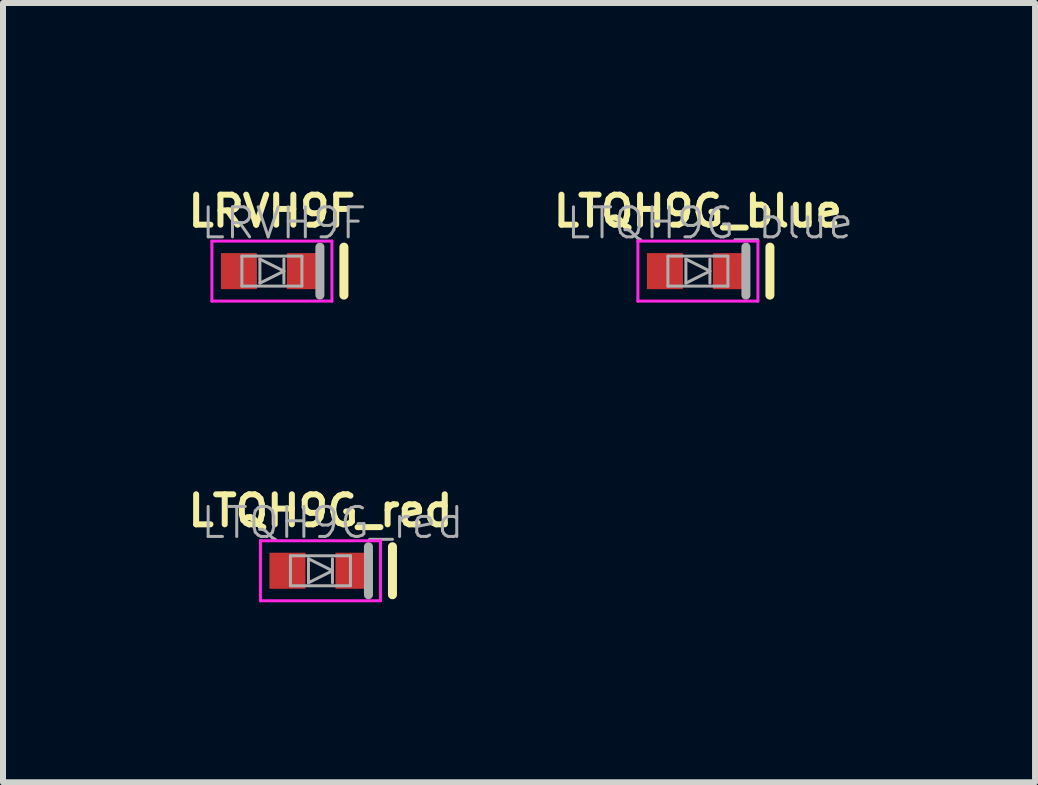
<source format=kicad_pcb>
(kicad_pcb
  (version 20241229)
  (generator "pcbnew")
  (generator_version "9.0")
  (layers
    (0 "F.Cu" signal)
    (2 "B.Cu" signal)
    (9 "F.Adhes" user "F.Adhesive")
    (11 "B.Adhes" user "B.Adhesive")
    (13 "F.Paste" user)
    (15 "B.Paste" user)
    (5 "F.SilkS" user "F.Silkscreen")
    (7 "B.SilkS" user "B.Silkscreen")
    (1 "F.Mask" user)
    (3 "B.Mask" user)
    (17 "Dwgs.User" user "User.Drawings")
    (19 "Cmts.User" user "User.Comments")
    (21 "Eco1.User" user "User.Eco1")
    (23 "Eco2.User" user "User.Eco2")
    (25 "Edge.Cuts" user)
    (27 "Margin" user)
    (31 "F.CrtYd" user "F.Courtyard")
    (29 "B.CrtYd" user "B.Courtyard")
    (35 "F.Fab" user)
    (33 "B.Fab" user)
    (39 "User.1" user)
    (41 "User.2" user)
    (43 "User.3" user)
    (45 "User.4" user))
  (footprint "LTQH9G_blue"
    (layer "F.Cu")
    (at 8.58 1.468)
    (property "Reference" "LTQH9G_blue" (at 0 -1 0) (layer "F.SilkS") (effects (font (size 0.5 0.5) (thickness 0.1))))
    (attr smd)
    (fp_line (start 1.2 0.4) (end 1.2 -0.4) (stroke (width 0.15) (type solid)) (layer "F.SilkS"))
    (fp_line (start -1 -0.5) (end 1 -0.5) (stroke (width 0.05) (type solid)) (layer "F.CrtYd"))
    (fp_line (start -1 0.5) (end -1 -0.5) (stroke (width 0.05) (type solid)) (layer "F.CrtYd"))
    (fp_line (start 1 -0.5) (end 1 0.5) (stroke (width 0.05) (type solid)) (layer "F.CrtYd"))
    (fp_line (start 1 0.5) (end -1 0.5) (stroke (width 0.05) (type solid)) (layer "F.CrtYd"))
    (fp_line (start -0.5 -0.25) (end -0.5 0.25) (stroke (width 0.05) (type solid)) (layer "F.Fab"))
    (fp_line (start -0.5 0.25) (end 0.5 0.25) (stroke (width 0.05) (type solid)) (layer "F.Fab"))
    (fp_line (start -0.2 -0.2) (end 0.2 0) (stroke (width 0.05) (type solid)) (layer "F.Fab"))
    (fp_line (start -0.2 0.2) (end -0.2 -0.2) (stroke (width 0.05) (type solid)) (layer "F.Fab"))
    (fp_line (start 0.2 -0.2) (end 0.2 0.2) (stroke (width 0.05) (type solid)) (layer "F.Fab"))
    (fp_line (start 0.2 0) (end -0.2 0.2) (stroke (width 0.05) (type solid)) (layer "F.Fab"))
    (fp_line (start 0.5 -0.25) (end -0.5 -0.25) (stroke (width 0.05) (type solid)) (layer "F.Fab"))
    (fp_line (start 0.5 0.25) (end 0.5 -0.25) (stroke (width 0.05) (type solid)) (layer "F.Fab"))
    (fp_line (start 0.8 -0.4) (end 0.8 0.4) (stroke (width 0.15) (type solid)) (layer "F.Fab"))
    (fp_text user "${REFERENCE}" (at 0.2 -0.8 0) (layer "F.Fab") (effects (font (size 0.5 0.5) (thickness 0.05))))
    (pad "A" smd rect (at -0.55 0 180) (size 0.6 0.6) (layers "F.Cu" "F.Mask" "F.Paste"))
    (pad "C" smd rect (at 0.55 0 180) (size 0.6 0.6) (layers "F.Cu" "F.Mask" "F.Paste")))
  (footprint "LRVH9F"
    (layer "F.Cu")
    (at 1.481 1.468)
    (property "Reference" "LRVH9F" (at 0 -1 0) (layer "F.SilkS") (effects (font (size 0.5 0.5) (thickness 0.1))))
    (attr smd)
    (fp_line (start 1.2 0.4) (end 1.2 -0.4) (stroke (width 0.15) (type solid)) (layer "F.SilkS"))
    (fp_line (start -1 -0.5) (end 1 -0.5) (stroke (width 0.05) (type solid)) (layer "F.CrtYd"))
    (fp_line (start -1 0.5) (end -1 -0.5) (stroke (width 0.05) (type solid)) (layer "F.CrtYd"))
    (fp_line (start 1 -0.5) (end 1 0.5) (stroke (width 0.05) (type solid)) (layer "F.CrtYd"))
    (fp_line (start 1 0.5) (end -1 0.5) (stroke (width 0.05) (type solid)) (layer "F.CrtYd"))
    (fp_line (start -0.5 -0.25) (end -0.5 0.25) (stroke (width 0.05) (type solid)) (layer "F.Fab"))
    (fp_line (start -0.5 0.25) (end 0.5 0.25) (stroke (width 0.05) (type solid)) (layer "F.Fab"))
    (fp_line (start -0.2 -0.2) (end 0.2 0) (stroke (width 0.05) (type solid)) (layer "F.Fab"))
    (fp_line (start -0.2 0.2) (end -0.2 -0.2) (stroke (width 0.05) (type solid)) (layer "F.Fab"))
    (fp_line (start 0.2 -0.2) (end 0.2 0.2) (stroke (width 0.05) (type solid)) (layer "F.Fab"))
    (fp_line (start 0.2 0) (end -0.2 0.2) (stroke (width 0.05) (type solid)) (layer "F.Fab"))
    (fp_line (start 0.5 -0.25) (end -0.5 -0.25) (stroke (width 0.05) (type solid)) (layer "F.Fab"))
    (fp_line (start 0.5 0.25) (end 0.5 -0.25) (stroke (width 0.05) (type solid)) (layer "F.Fab"))
    (fp_line (start 0.8 -0.4) (end 0.8 0.4) (stroke (width 0.15) (type solid)) (layer "F.Fab"))
    (fp_text user "${REFERENCE}" (at 0.2 -0.8 0) (layer "F.Fab") (effects (font (size 0.5 0.5) (thickness 0.05))))
    (pad "A" smd rect (at -0.55 0 180) (size 0.6 0.6) (layers "F.Cu" "F.Mask" "F.Paste"))
    (pad "C" smd rect (at 0.55 0 180) (size 0.6 0.6) (layers "F.Cu" "F.Mask" "F.Paste")))
  (footprint "LTQH9G_red"
    (layer "F.Cu")
    (at 2.29 6.461)
    (property "Reference" "LTQH9G_red" (at 0 -1 0) (layer "F.SilkS") (effects (font (size 0.5 0.5) (thickness 0.1))))
    (attr smd)
    (fp_line (start 1.2 0.4) (end 1.2 -0.4) (stroke (width 0.15) (type solid)) (layer "F.SilkS"))
    (fp_line (start -1 -0.5) (end 1 -0.5) (stroke (width 0.05) (type solid)) (layer "F.CrtYd"))
    (fp_line (start -1 0.5) (end -1 -0.5) (stroke (width 0.05) (type solid)) (layer "F.CrtYd"))
    (fp_line (start 1 -0.5) (end 1 0.5) (stroke (width 0.05) (type solid)) (layer "F.CrtYd"))
    (fp_line (start 1 0.5) (end -1 0.5) (stroke (width 0.05) (type solid)) (layer "F.CrtYd"))
    (fp_line (start -0.5 -0.25) (end -0.5 0.25) (stroke (width 0.05) (type solid)) (layer "F.Fab"))
    (fp_line (start -0.5 0.25) (end 0.5 0.25) (stroke (width 0.05) (type solid)) (layer "F.Fab"))
    (fp_line (start -0.2 -0.2) (end 0.2 0) (stroke (width 0.05) (type solid)) (layer "F.Fab"))
    (fp_line (start -0.2 0.2) (end -0.2 -0.2) (stroke (width 0.05) (type solid)) (layer "F.Fab"))
    (fp_line (start 0.2 -0.2) (end 0.2 0.2) (stroke (width 0.05) (type solid)) (layer "F.Fab"))
    (fp_line (start 0.2 0) (end -0.2 0.2) (stroke (width 0.05) (type solid)) (layer "F.Fab"))
    (fp_line (start 0.5 -0.25) (end -0.5 -0.25) (stroke (width 0.05) (type solid)) (layer "F.Fab"))
    (fp_line (start 0.5 0.25) (end 0.5 -0.25) (stroke (width 0.05) (type solid)) (layer "F.Fab"))
    (fp_line (start 0.8 -0.4) (end 0.8 0.4) (stroke (width 0.15) (type solid)) (layer "F.Fab"))
    (fp_text user "${REFERENCE}" (at 0.2 -0.8 0) (layer "F.Fab") (effects (font (size 0.5 0.5) (thickness 0.05))))
    (pad "A" smd rect (at -0.55 0 180) (size 0.6 0.6) (layers "F.Cu" "F.Mask" "F.Paste"))
    (pad "C" smd rect (at 0.55 0 180) (size 0.6 0.6) (layers "F.Cu" "F.Mask" "F.Paste")))
  (gr_rect
    (start -3 -3)
    (end 14.198 9.986)
    (stroke (width 0.1) (type default))
    (fill no)
    (layer "Edge.Cuts")))
</source>
